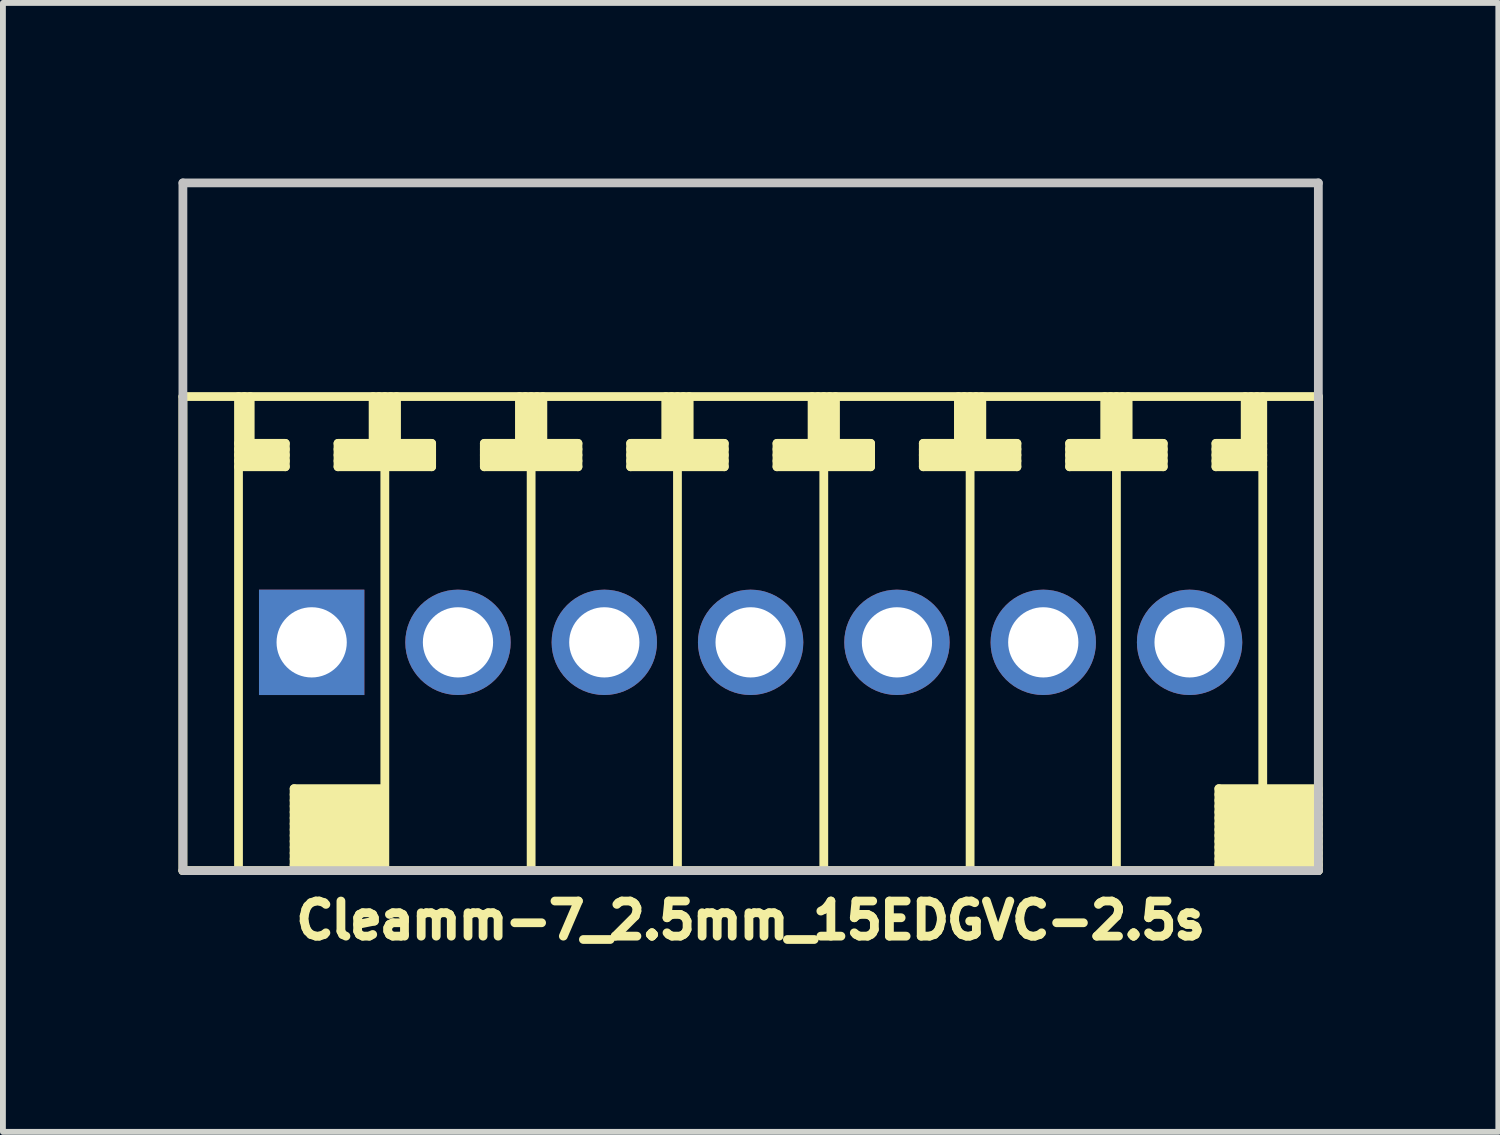
<source format=kicad_pcb>
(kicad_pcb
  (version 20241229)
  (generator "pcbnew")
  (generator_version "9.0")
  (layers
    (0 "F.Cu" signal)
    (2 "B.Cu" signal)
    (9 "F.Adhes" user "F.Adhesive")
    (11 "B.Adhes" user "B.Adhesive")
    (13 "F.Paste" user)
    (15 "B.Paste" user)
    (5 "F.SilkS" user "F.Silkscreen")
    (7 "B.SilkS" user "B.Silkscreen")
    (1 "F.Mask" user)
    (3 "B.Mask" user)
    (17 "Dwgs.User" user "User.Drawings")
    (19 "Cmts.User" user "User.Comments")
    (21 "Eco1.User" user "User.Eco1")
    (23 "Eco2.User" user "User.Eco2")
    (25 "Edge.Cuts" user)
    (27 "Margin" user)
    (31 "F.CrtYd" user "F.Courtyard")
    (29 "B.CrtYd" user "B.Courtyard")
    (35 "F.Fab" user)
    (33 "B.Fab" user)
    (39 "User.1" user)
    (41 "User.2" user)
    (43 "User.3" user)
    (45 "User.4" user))
  (footprint "Cleamm-7_2.5mm_15EDGVC-2.5s"
    (layer "F.Cu")
    (at 9.775 7.925)
    (property "Reference" "Cleamm-7_2.5mm_15EDGVC-2.5s" (at 0 4.75 0) (layer "F.SilkS") (effects (font (size 0.6 0.6) (thickness 0.15))))
    (attr through_hole)
    (fp_line (start -9.7 -4.2) (end 9.7 -4.2) (stroke (width 0.15) (type solid)) (layer "F.SilkS"))
    (fp_line (start -9.7 3.9) (end -9.7 -4.2) (stroke (width 0.15) (type solid)) (layer "F.SilkS"))
    (fp_line (start -8.75 -4.2) (end -8.75 3.9) (stroke (width 0.15) (type solid)) (layer "F.SilkS"))
    (fp_line (start -8.75 -3.4) (end -7.95 -3.4) (stroke (width 0.15) (type solid)) (layer "F.SilkS"))
    (fp_line (start -8.75 -3.3) (end -7.95 -3.3) (stroke (width 0.15) (type solid)) (layer "F.SilkS"))
    (fp_line (start -8.75 -3.2) (end -7.95 -3.2) (stroke (width 0.15) (type solid)) (layer "F.SilkS"))
    (fp_line (start -8.65 -4.2) (end -8.65 -3.4) (stroke (width 0.15) (type solid)) (layer "F.SilkS"))
    (fp_line (start -8.55 -4.2) (end -8.55 -3.4) (stroke (width 0.15) (type solid)) (layer "F.SilkS"))
    (fp_line (start -7.95 -3.4) (end -7.95 -3) (stroke (width 0.15) (type solid)) (layer "F.SilkS"))
    (fp_line (start -7.95 -3.1) (end -8.75 -3.1) (stroke (width 0.15) (type solid)) (layer "F.SilkS"))
    (fp_line (start -7.95 -3) (end -8.75 -3) (stroke (width 0.15) (type solid)) (layer "F.SilkS"))
    (fp_line (start -7.8 2.5) (end -7.8 3.9) (stroke (width 0.15) (type solid)) (layer "F.SilkS"))
    (fp_line (start -7.8 2.5) (end -6.3 2.5) (stroke (width 0.15) (type solid)) (layer "F.SilkS"))
    (fp_line (start -7.8 2.8) (end -6.3 2.8) (stroke (width 0.15) (type solid)) (layer "F.SilkS"))
    (fp_line (start -7.8 3) (end -6.3 3) (stroke (width 0.15) (type solid)) (layer "F.SilkS"))
    (fp_line (start -7.8 3.1) (end -6.3 3.1) (stroke (width 0.15) (type solid)) (layer "F.SilkS"))
    (fp_line (start -7.8 3.4) (end -6.3 3.4) (stroke (width 0.15) (type solid)) (layer "F.SilkS"))
    (fp_line (start -7.8 3.5) (end -6.3 3.5) (stroke (width 0.15) (type solid)) (layer "F.SilkS"))
    (fp_line (start -7.8 3.7) (end -6.3 3.7) (stroke (width 0.15) (type solid)) (layer "F.SilkS"))
    (fp_line (start -7.05 -3.4) (end -7.05 -3) (stroke (width 0.15) (type solid)) (layer "F.SilkS"))
    (fp_line (start -7.05 -3.3) (end -5.45 -3.3) (stroke (width 0.15) (type solid)) (layer "F.SilkS"))
    (fp_line (start -7.05 -3.1) (end -5.45 -3.1) (stroke (width 0.15) (type solid)) (layer "F.SilkS"))
    (fp_line (start -7.05 -3) (end -5.45 -3) (stroke (width 0.15) (type solid)) (layer "F.SilkS"))
    (fp_line (start -6.45 -4.2) (end -6.45 -3.4) (stroke (width 0.15) (type solid)) (layer "F.SilkS"))
    (fp_line (start -6.45 -3.4) (end -7.05 -3.4) (stroke (width 0.15) (type solid)) (layer "F.SilkS"))
    (fp_line (start -6.35 -4.2) (end -6.35 -3.4) (stroke (width 0.15) (type solid)) (layer "F.SilkS"))
    (fp_line (start -6.3 2.6) (end -7.8 2.6) (stroke (width 0.15) (type solid)) (layer "F.SilkS"))
    (fp_line (start -6.3 2.7) (end -7.8 2.7) (stroke (width 0.15) (type solid)) (layer "F.SilkS"))
    (fp_line (start -6.3 2.9) (end -7.8 2.9) (stroke (width 0.15) (type solid)) (layer "F.SilkS"))
    (fp_line (start -6.3 3.2) (end -7.8 3.2) (stroke (width 0.15) (type solid)) (layer "F.SilkS"))
    (fp_line (start -6.3 3.3) (end -7.8 3.3) (stroke (width 0.15) (type solid)) (layer "F.SilkS"))
    (fp_line (start -6.3 3.6) (end -7.8 3.6) (stroke (width 0.15) (type solid)) (layer "F.SilkS"))
    (fp_line (start -6.3 3.8) (end -7.8 3.8) (stroke (width 0.15) (type solid)) (layer "F.SilkS"))
    (fp_line (start -6.25 -4.2) (end -6.25 3.9) (stroke (width 0.15) (type solid)) (layer "F.SilkS"))
    (fp_line (start -6.15 -4.2) (end -6.15 -3.4) (stroke (width 0.15) (type solid)) (layer "F.SilkS"))
    (fp_line (start -6.05 -4.2) (end -6.05 -3.4) (stroke (width 0.15) (type solid)) (layer "F.SilkS"))
    (fp_line (start -5.45 -3.4) (end -6.05 -3.4) (stroke (width 0.15) (type solid)) (layer "F.SilkS"))
    (fp_line (start -5.45 -3.2) (end -7.05 -3.2) (stroke (width 0.15) (type solid)) (layer "F.SilkS"))
    (fp_line (start -5.45 -3) (end -5.45 -3.4) (stroke (width 0.15) (type solid)) (layer "F.SilkS"))
    (fp_line (start -4.55 -3.4) (end -4.55 -3) (stroke (width 0.15) (type solid)) (layer "F.SilkS"))
    (fp_line (start -4.55 -3.3) (end -2.95 -3.3) (stroke (width 0.15) (type solid)) (layer "F.SilkS"))
    (fp_line (start -4.55 -3.1) (end -2.95 -3.1) (stroke (width 0.15) (type solid)) (layer "F.SilkS"))
    (fp_line (start -4.55 -3) (end -2.95 -3) (stroke (width 0.15) (type solid)) (layer "F.SilkS"))
    (fp_line (start -3.95 -4.2) (end -3.95 -3.4) (stroke (width 0.15) (type solid)) (layer "F.SilkS"))
    (fp_line (start -3.95 -3.4) (end -4.55 -3.4) (stroke (width 0.15) (type solid)) (layer "F.SilkS"))
    (fp_line (start -3.85 -4.2) (end -3.85 -3.4) (stroke (width 0.15) (type solid)) (layer "F.SilkS"))
    (fp_line (start -3.75 -4.2) (end -3.75 3.9) (stroke (width 0.15) (type solid)) (layer "F.SilkS"))
    (fp_line (start -3.65 -4.2) (end -3.65 -3.4) (stroke (width 0.15) (type solid)) (layer "F.SilkS"))
    (fp_line (start -3.55 -4.2) (end -3.55 -3.4) (stroke (width 0.15) (type solid)) (layer "F.SilkS"))
    (fp_line (start -2.95 -3.4) (end -3.55 -3.4) (stroke (width 0.15) (type solid)) (layer "F.SilkS"))
    (fp_line (start -2.95 -3.2) (end -4.55 -3.2) (stroke (width 0.15) (type solid)) (layer "F.SilkS"))
    (fp_line (start -2.95 -3) (end -2.95 -3.4) (stroke (width 0.15) (type solid)) (layer "F.SilkS"))
    (fp_line (start -2.05 -3.4) (end -2.05 -3) (stroke (width 0.15) (type solid)) (layer "F.SilkS"))
    (fp_line (start -2.05 -3.3) (end -0.45 -3.3) (stroke (width 0.15) (type solid)) (layer "F.SilkS"))
    (fp_line (start -2.05 -3.1) (end -0.45 -3.1) (stroke (width 0.15) (type solid)) (layer "F.SilkS"))
    (fp_line (start -2.05 -3) (end -0.45 -3) (stroke (width 0.15) (type solid)) (layer "F.SilkS"))
    (fp_line (start -1.45 -4.2) (end -1.45 -3.4) (stroke (width 0.15) (type solid)) (layer "F.SilkS"))
    (fp_line (start -1.45 -3.4) (end -2.05 -3.4) (stroke (width 0.15) (type solid)) (layer "F.SilkS"))
    (fp_line (start -1.35 -4.2) (end -1.35 -3.4) (stroke (width 0.15) (type solid)) (layer "F.SilkS"))
    (fp_line (start -1.25 -4.2) (end -1.25 3.9) (stroke (width 0.15) (type solid)) (layer "F.SilkS"))
    (fp_line (start -1.15 -4.2) (end -1.15 -3.4) (stroke (width 0.15) (type solid)) (layer "F.SilkS"))
    (fp_line (start -1.05 -4.2) (end -1.05 -3.4) (stroke (width 0.15) (type solid)) (layer "F.SilkS"))
    (fp_line (start -0.45 -3.4) (end -1.05 -3.4) (stroke (width 0.15) (type solid)) (layer "F.SilkS"))
    (fp_line (start -0.45 -3.2) (end -2.05 -3.2) (stroke (width 0.15) (type solid)) (layer "F.SilkS"))
    (fp_line (start -0.45 -3) (end -0.45 -3.4) (stroke (width 0.15) (type solid)) (layer "F.SilkS"))
    (fp_line (start 0.45 -3.4) (end 0.45 -3) (stroke (width 0.15) (type solid)) (layer "F.SilkS"))
    (fp_line (start 0.45 -3.3) (end 2.05 -3.3) (stroke (width 0.15) (type solid)) (layer "F.SilkS"))
    (fp_line (start 0.45 -3.1) (end 2.05 -3.1) (stroke (width 0.15) (type solid)) (layer "F.SilkS"))
    (fp_line (start 0.45 -3) (end 2.05 -3) (stroke (width 0.15) (type solid)) (layer "F.SilkS"))
    (fp_line (start 1.05 -4.2) (end 1.05 -3.4) (stroke (width 0.15) (type solid)) (layer "F.SilkS"))
    (fp_line (start 1.05 -3.4) (end 0.45 -3.4) (stroke (width 0.15) (type solid)) (layer "F.SilkS"))
    (fp_line (start 1.15 -4.2) (end 1.15 -3.4) (stroke (width 0.15) (type solid)) (layer "F.SilkS"))
    (fp_line (start 1.25 3.9) (end 1.25 -4.2) (stroke (width 0.15) (type solid)) (layer "F.SilkS"))
    (fp_line (start 1.35 -4.2) (end 1.35 -3.4) (stroke (width 0.15) (type solid)) (layer "F.SilkS"))
    (fp_line (start 1.45 -4.2) (end 1.45 -3.4) (stroke (width 0.15) (type solid)) (layer "F.SilkS"))
    (fp_line (start 2.05 -3.4) (end 1.45 -3.4) (stroke (width 0.15) (type solid)) (layer "F.SilkS"))
    (fp_line (start 2.05 -3.2) (end 0.45 -3.2) (stroke (width 0.15) (type solid)) (layer "F.SilkS"))
    (fp_line (start 2.05 -3) (end 2.05 -3.4) (stroke (width 0.15) (type solid)) (layer "F.SilkS"))
    (fp_line (start 2.95 -3.4) (end 2.95 -3) (stroke (width 0.15) (type solid)) (layer "F.SilkS"))
    (fp_line (start 2.95 -3.3) (end 4.55 -3.3) (stroke (width 0.15) (type solid)) (layer "F.SilkS"))
    (fp_line (start 2.95 -3.1) (end 4.55 -3.1) (stroke (width 0.15) (type solid)) (layer "F.SilkS"))
    (fp_line (start 2.95 -3) (end 4.55 -3) (stroke (width 0.15) (type solid)) (layer "F.SilkS"))
    (fp_line (start 3.55 -4.2) (end 3.55 -3.4) (stroke (width 0.15) (type solid)) (layer "F.SilkS"))
    (fp_line (start 3.55 -3.4) (end 2.95 -3.4) (stroke (width 0.15) (type solid)) (layer "F.SilkS"))
    (fp_line (start 3.65 -4.2) (end 3.65 -3.4) (stroke (width 0.15) (type solid)) (layer "F.SilkS"))
    (fp_line (start 3.75 3.9) (end 3.75 -4.2) (stroke (width 0.15) (type solid)) (layer "F.SilkS"))
    (fp_line (start 3.85 -4.2) (end 3.85 -3.4) (stroke (width 0.15) (type solid)) (layer "F.SilkS"))
    (fp_line (start 3.95 -4.2) (end 3.95 -3.4) (stroke (width 0.15) (type solid)) (layer "F.SilkS"))
    (fp_line (start 4.55 -3.4) (end 3.95 -3.4) (stroke (width 0.15) (type solid)) (layer "F.SilkS"))
    (fp_line (start 4.55 -3.2) (end 2.95 -3.2) (stroke (width 0.15) (type solid)) (layer "F.SilkS"))
    (fp_line (start 4.55 -3) (end 4.55 -3.4) (stroke (width 0.15) (type solid)) (layer "F.SilkS"))
    (fp_line (start 5.45 -3.4) (end 5.45 -3) (stroke (width 0.15) (type solid)) (layer "F.SilkS"))
    (fp_line (start 5.45 -3.3) (end 7.05 -3.3) (stroke (width 0.15) (type solid)) (layer "F.SilkS"))
    (fp_line (start 5.45 -3.1) (end 7.05 -3.1) (stroke (width 0.15) (type solid)) (layer "F.SilkS"))
    (fp_line (start 5.45 -3) (end 7.05 -3) (stroke (width 0.15) (type solid)) (layer "F.SilkS"))
    (fp_line (start 6.05 -4.2) (end 6.05 -3.4) (stroke (width 0.15) (type solid)) (layer "F.SilkS"))
    (fp_line (start 6.05 -3.4) (end 5.45 -3.4) (stroke (width 0.15) (type solid)) (layer "F.SilkS"))
    (fp_line (start 6.15 -4.2) (end 6.15 -3.4) (stroke (width 0.15) (type solid)) (layer "F.SilkS"))
    (fp_line (start 6.25 -4.2) (end 6.25 3.9) (stroke (width 0.15) (type solid)) (layer "F.SilkS"))
    (fp_line (start 6.35 -4.2) (end 6.35 -3.4) (stroke (width 0.15) (type solid)) (layer "F.SilkS"))
    (fp_line (start 6.45 -4.2) (end 6.45 -3.4) (stroke (width 0.15) (type solid)) (layer "F.SilkS"))
    (fp_line (start 7.05 -3.4) (end 6.45 -3.4) (stroke (width 0.15) (type solid)) (layer "F.SilkS"))
    (fp_line (start 7.05 -3.2) (end 5.45 -3.2) (stroke (width 0.15) (type solid)) (layer "F.SilkS"))
    (fp_line (start 7.05 -3) (end 7.05 -3.4) (stroke (width 0.15) (type solid)) (layer "F.SilkS"))
    (fp_line (start 7.95 -3.4) (end 7.95 -3) (stroke (width 0.15) (type solid)) (layer "F.SilkS"))
    (fp_line (start 7.95 -3.1) (end 8.75 -3.1) (stroke (width 0.15) (type solid)) (layer "F.SilkS"))
    (fp_line (start 7.95 -3) (end 8.75 -3) (stroke (width 0.15) (type solid)) (layer "F.SilkS"))
    (fp_line (start 8 2.5) (end 8 3.9) (stroke (width 0.15) (type solid)) (layer "F.SilkS"))
    (fp_line (start 8 2.6) (end 9.7 2.6) (stroke (width 0.15) (type solid)) (layer "F.SilkS"))
    (fp_line (start 8 2.8) (end 9.7 2.8) (stroke (width 0.15) (type solid)) (layer "F.SilkS"))
    (fp_line (start 8 3) (end 9.7 3) (stroke (width 0.15) (type solid)) (layer "F.SilkS"))
    (fp_line (start 8 3.2) (end 9.7 3.2) (stroke (width 0.15) (type solid)) (layer "F.SilkS"))
    (fp_line (start 8 3.4) (end 9.7 3.4) (stroke (width 0.15) (type solid)) (layer "F.SilkS"))
    (fp_line (start 8 3.5) (end 9.7 3.5) (stroke (width 0.15) (type solid)) (layer "F.SilkS"))
    (fp_line (start 8 3.8) (end 9.7 3.8) (stroke (width 0.15) (type solid)) (layer "F.SilkS"))
    (fp_line (start 8.45 -4.2) (end 8.45 -3.4) (stroke (width 0.15) (type solid)) (layer "F.SilkS"))
    (fp_line (start 8.55 -3.4) (end 8.55 -4.2) (stroke (width 0.15) (type solid)) (layer "F.SilkS"))
    (fp_line (start 8.65 -4.2) (end 8.65 -3.4) (stroke (width 0.15) (type solid)) (layer "F.SilkS"))
    (fp_line (start 8.75 -3.4) (end 7.95 -3.4) (stroke (width 0.15) (type solid)) (layer "F.SilkS"))
    (fp_line (start 8.75 -3.3) (end 7.95 -3.3) (stroke (width 0.15) (type solid)) (layer "F.SilkS"))
    (fp_line (start 8.75 -3.2) (end 7.95 -3.2) (stroke (width 0.15) (type solid)) (layer "F.SilkS"))
    (fp_line (start 8.75 2.5) (end 8.75 -4.2) (stroke (width 0.15) (type solid)) (layer "F.SilkS"))
    (fp_line (start 9.7 2.5) (end 8 2.5) (stroke (width 0.15) (type solid)) (layer "F.SilkS"))
    (fp_line (start 9.7 2.7) (end 8 2.7) (stroke (width 0.15) (type solid)) (layer "F.SilkS"))
    (fp_line (start 9.7 2.9) (end 8 2.9) (stroke (width 0.15) (type solid)) (layer "F.SilkS"))
    (fp_line (start 9.7 3.1) (end 8 3.1) (stroke (width 0.15) (type solid)) (layer "F.SilkS"))
    (fp_line (start 9.7 3.3) (end 8 3.3) (stroke (width 0.15) (type solid)) (layer "F.SilkS"))
    (fp_line (start 9.7 3.6) (end 8 3.6) (stroke (width 0.15) (type solid)) (layer "F.SilkS"))
    (fp_line (start 9.7 3.7) (end 8 3.7) (stroke (width 0.15) (type solid)) (layer "F.SilkS"))
    (fp_line (start 9.7 3.9) (end -9.7 3.9) (stroke (width 0.15) (type solid)) (layer "F.SilkS"))
    (fp_line (start 9.7 3.9) (end 9.7 -4.2) (stroke (width 0.15) (type solid)) (layer "F.SilkS"))
    (fp_line (start -9.7 -7.85) (end -9.7 3.9) (stroke (width 0.15) (type solid)) (layer "Dwgs.User"))
    (fp_line (start -9.7 -7.85) (end 9.7 -7.85) (stroke (width 0.15) (type solid)) (layer "Dwgs.User"))
    (fp_line (start 9.7 3.9) (end -9.7 3.9) (stroke (width 0.15) (type solid)) (layer "Dwgs.User"))
    (fp_line (start 9.7 3.9) (end 9.7 -7.85) (stroke (width 0.15) (type solid)) (layer "Dwgs.User"))
    (pad "1" thru_hole rect (at -7.5 0) (size 1.8 1.8) (drill 1.2) (layers "*.Cu" "*.Mask"))
    (pad "2" thru_hole circle (at -5 0) (size 1.8 1.8) (drill 1.2) (layers "*.Cu" "*.Mask"))
    (pad "3" thru_hole circle (at -2.5 0) (size 1.8 1.8) (drill 1.2) (layers "*.Cu" "*.Mask"))
    (pad "4" thru_hole circle (at 0 0) (size 1.8 1.8) (drill 1.2) (layers "*.Cu" "*.Mask"))
    (pad "5" thru_hole circle (at 2.5 0) (size 1.8 1.8) (drill 1.2) (layers "*.Cu" "*.Mask"))
    (pad "6" thru_hole circle (at 5 0) (size 1.8 1.8) (drill 1.2) (layers "*.Cu" "*.Mask"))
    (pad "7" thru_hole circle (at 7.5 0) (size 1.8 1.8) (drill 1.2) (layers "*.Cu" "*.Mask")))
  (gr_rect
    (start -3 -3)
    (end 22.55 16.289)
    (stroke (width 0.1) (type default))
    (fill no)
    (layer "Edge.Cuts")))
</source>
